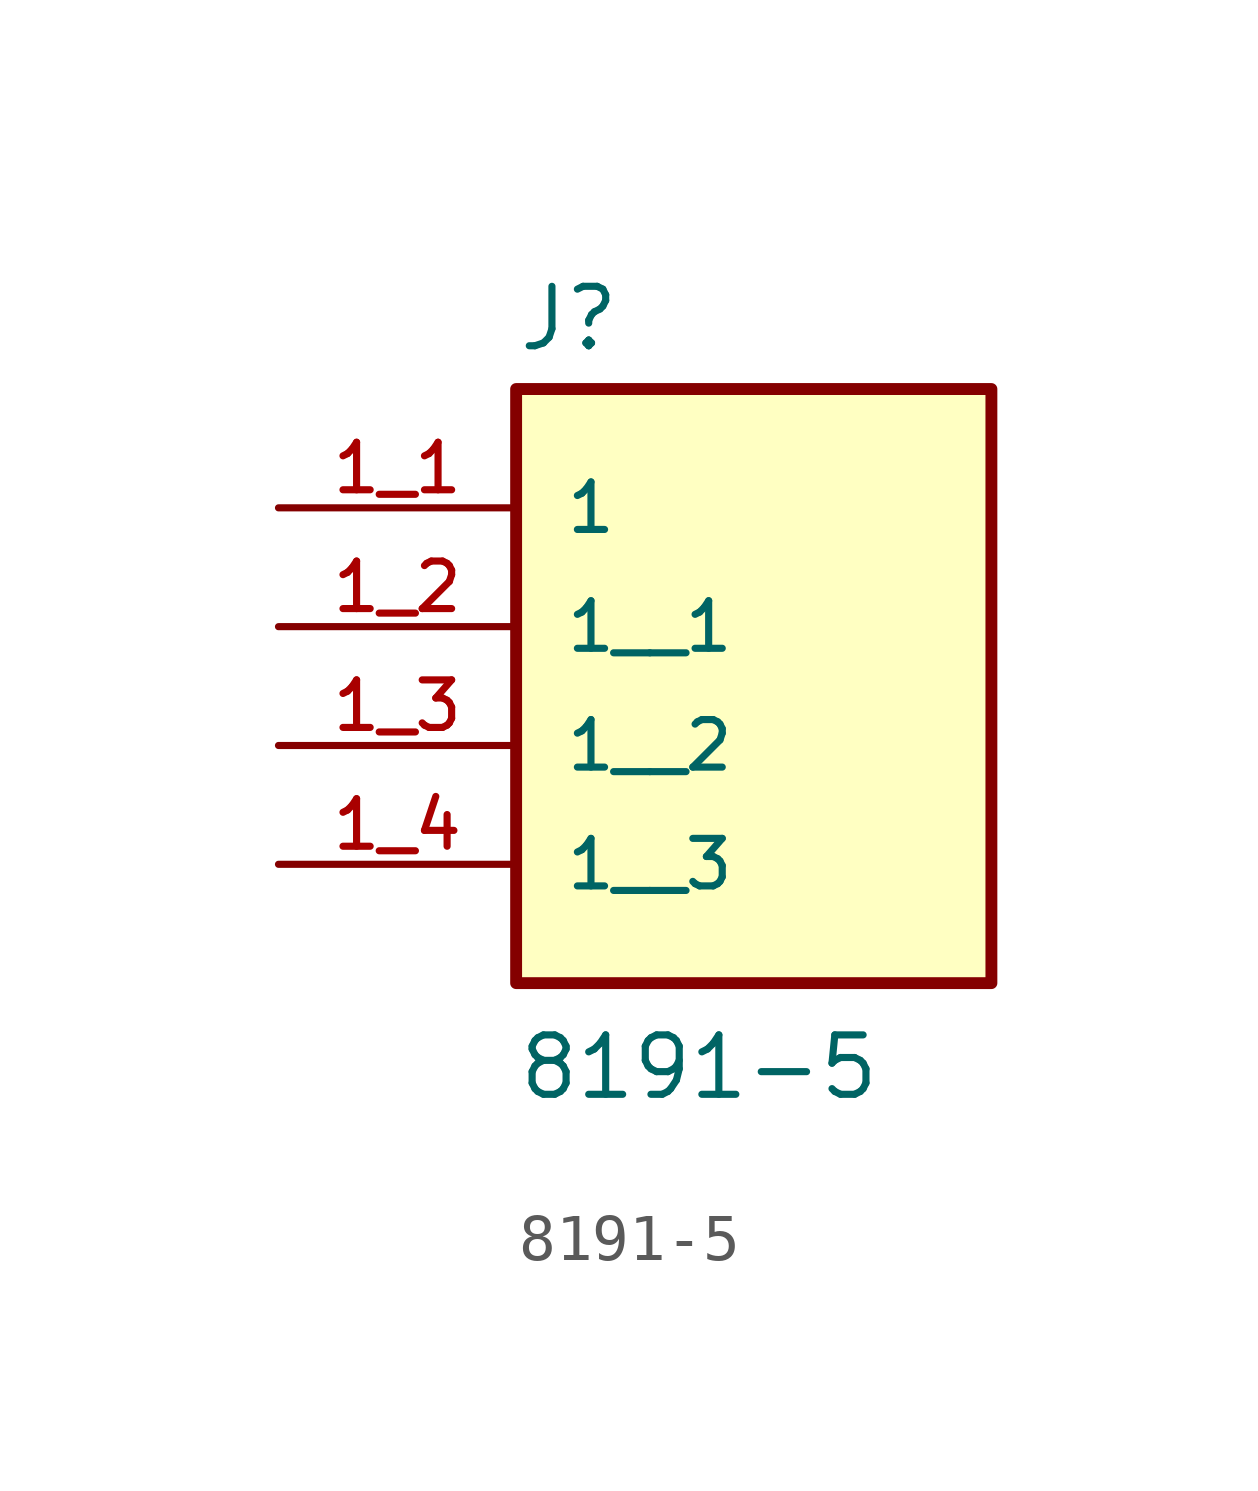
<source format=kicad_sym>
(kicad_symbol_lib
  (version 20211014)
  (generator kicad_symbol_editor)
  (symbol "8191-5"
    (pin_names
      (offset 1.016))
    (property "Reference" "J"
      (at -5.08 3.302 0)
      (effects (font (size 1.27 1.27)) (justify bottom left)))
    (property "Value" "8191-5"
      (at -5.08 -12.7 0)
      (effects (font (size 1.27 1.27)) (justify bottom left)))
    (symbol "8191-5_0_0"
      (rectangle (start -5.08 -10.16) (end 5.08 2.54) (stroke (width 0.254)) (fill (type background)))
      (pin passive line (at -10.16 0.0 0) (length 5.08) (name "1" (effects (font (size 1.016 1.016)))) (number "1_1" (effects (font (size 1.016 1.016)))))
      (pin passive line (at -10.16 -2.54 0) (length 5.08) (name "1__1" (effects (font (size 1.016 1.016)))) (number "1_2" (effects (font (size 1.016 1.016)))))
      (pin passive line (at -10.16 -5.08 0) (length 5.08) (name "1__2" (effects (font (size 1.016 1.016)))) (number "1_3" (effects (font (size 1.016 1.016)))))
      (pin passive line (at -10.16 -7.62 0) (length 5.08) (name "1__3" (effects (font (size 1.016 1.016)))) (number "1_4" (effects (font (size 1.016 1.016))))))))
</source>
